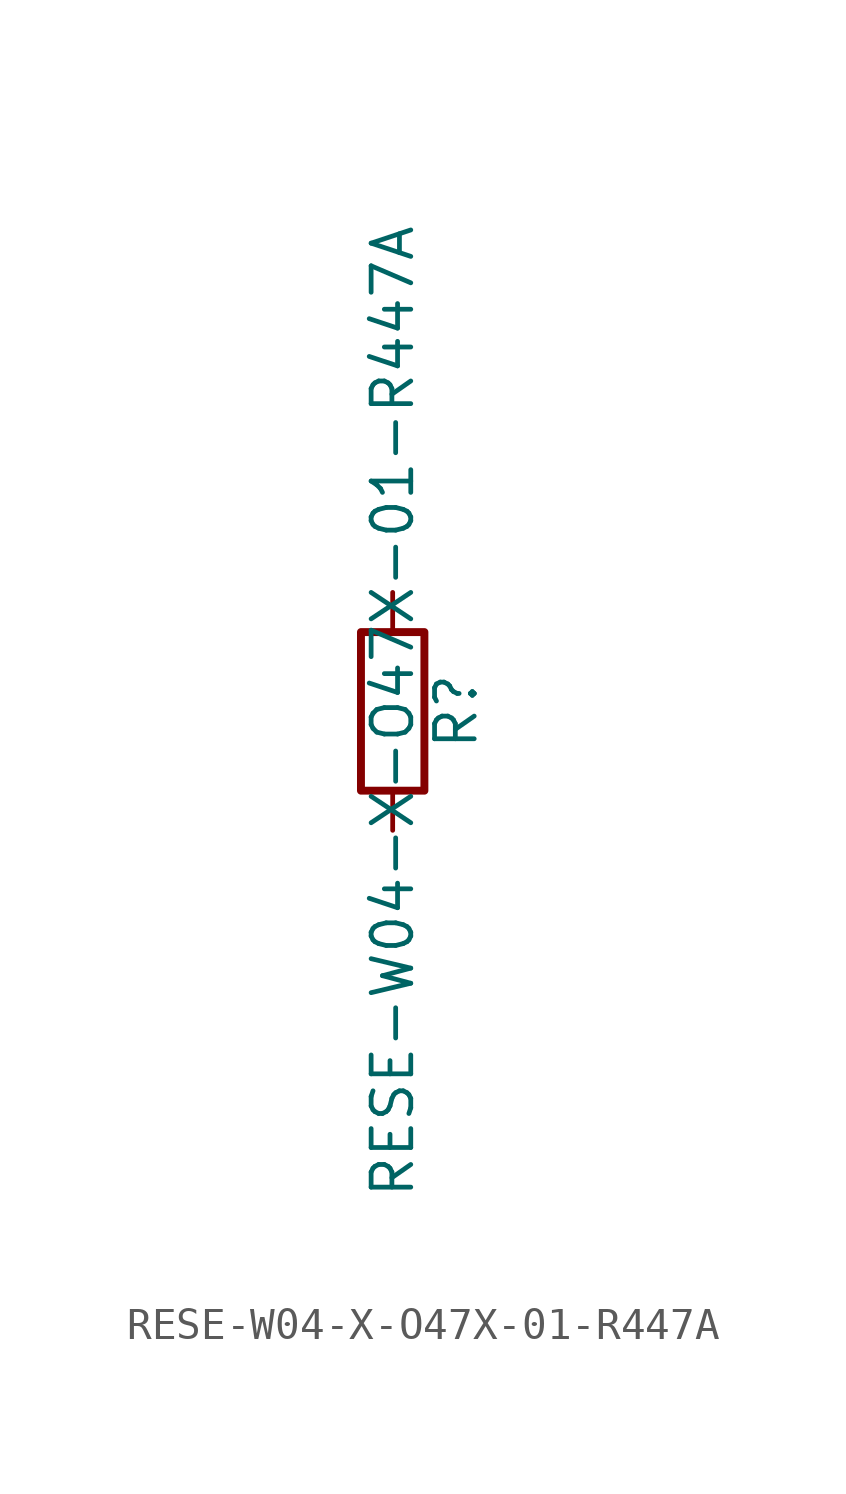
<source format=kicad_sym>
(kicad_symbol_lib
  (version 20211014)
  (generator kicad_symbol_editor)
  (symbol "RESE-W04-X-O47X-01-R447A"
    (pin_numbers hide)
    (pin_names
      (offset 0))
    (property "Reference" "R"
      (at 2.032 0 90)
      (effects (font (size 1.27 1.27))))
    (property "Value" "RESE-W04-X-O47X-01-R447A"
      (at 0 0 90)
      (effects (font (size 1.27 1.27))))
    (symbol "RESE-W04-X-O47X-01-R447A_0_1"
      (rectangle (start -1.016 -2.54) (end 1.016 2.54) (stroke (width 0.254) (type default) (color 0 0 0 0)) (fill (type none))))
    (symbol "RESE-W04-X-O47X-01-R447A_1_1"
      (pin passive line (at 0 3.81 270) (length 1.27) (name "~" (effects (font (size 1.27 1.27)))) (number "1" (effects (font (size 1.27 1.27)))))
      (pin passive line (at 0 -3.81 90) (length 1.27) (name "~" (effects (font (size 1.27 1.27)))) (number "2" (effects (font (size 1.27 1.27))))))))
</source>
